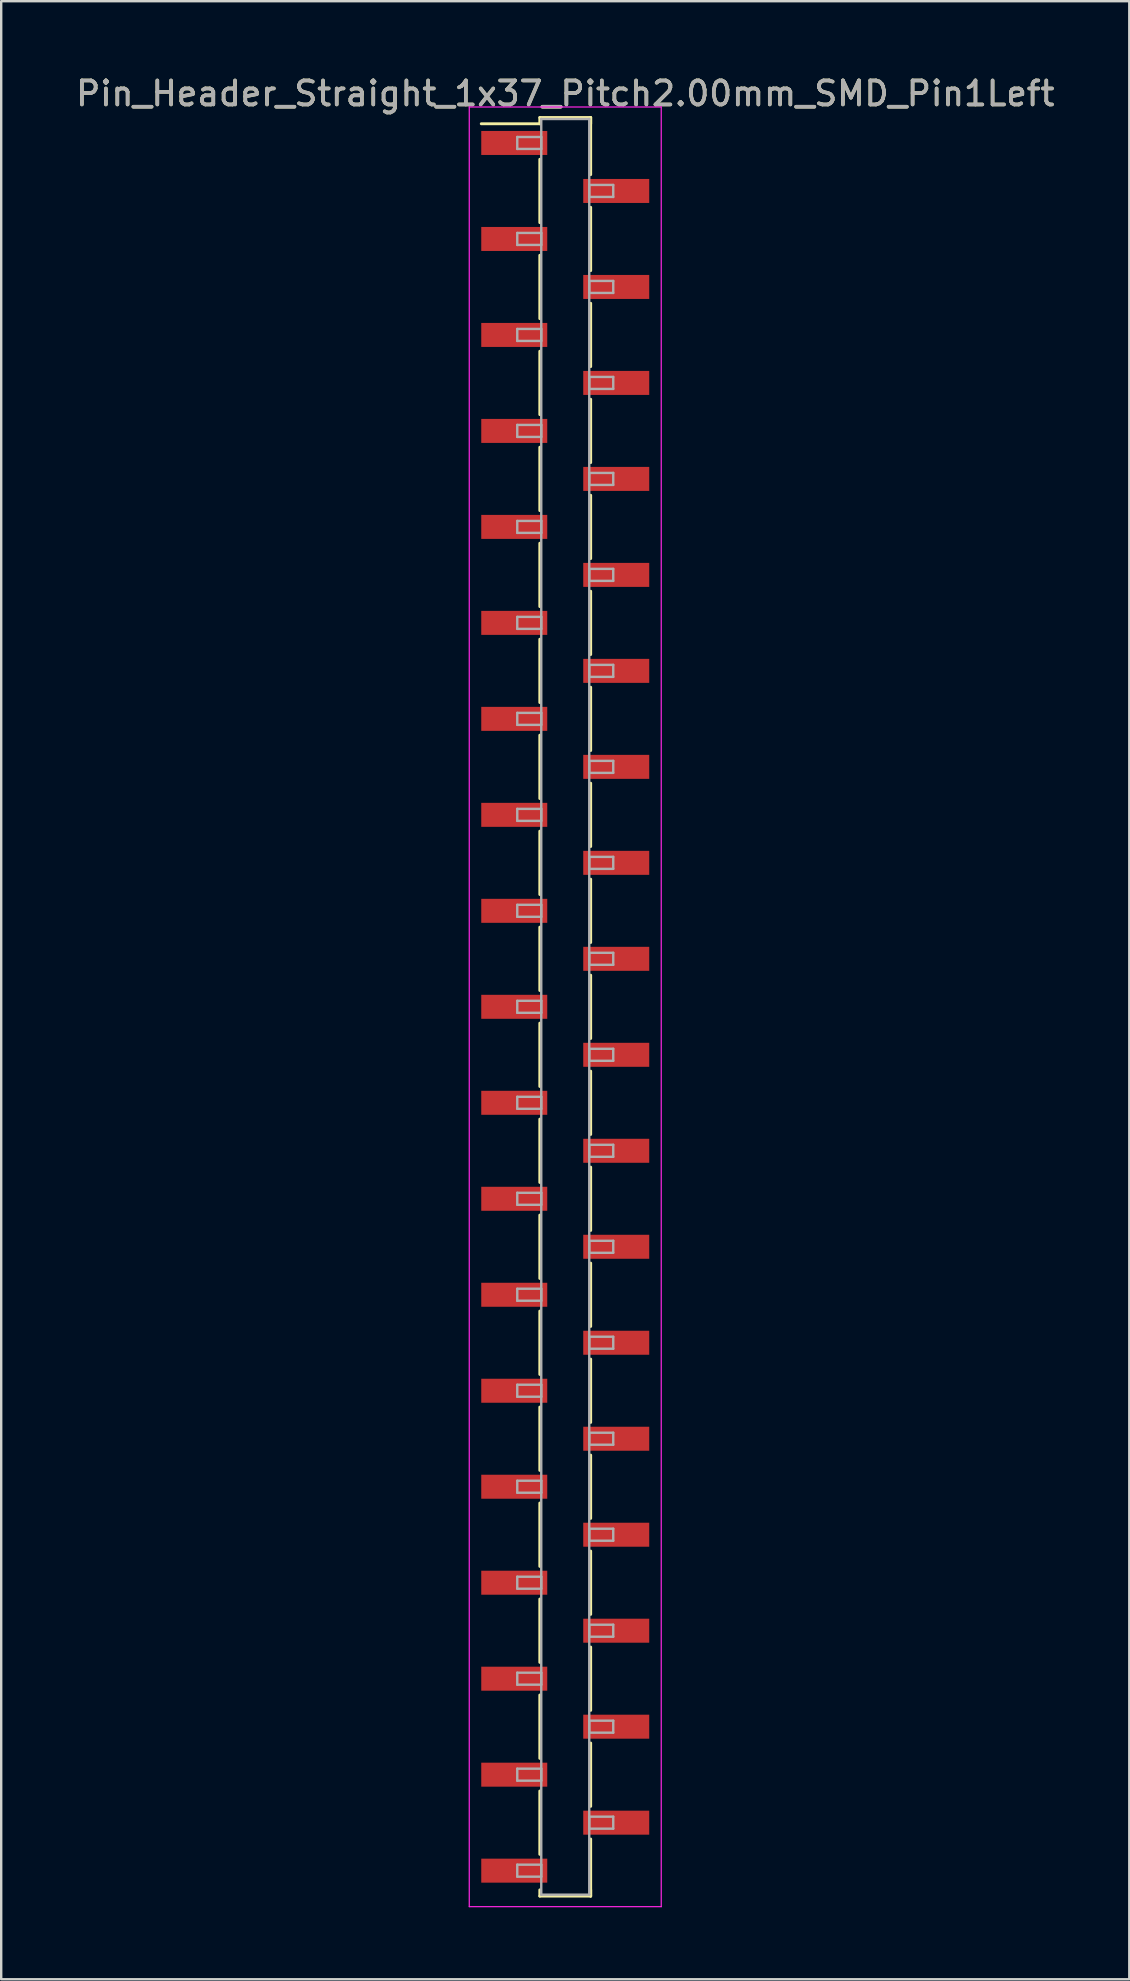
<source format=kicad_pcb>
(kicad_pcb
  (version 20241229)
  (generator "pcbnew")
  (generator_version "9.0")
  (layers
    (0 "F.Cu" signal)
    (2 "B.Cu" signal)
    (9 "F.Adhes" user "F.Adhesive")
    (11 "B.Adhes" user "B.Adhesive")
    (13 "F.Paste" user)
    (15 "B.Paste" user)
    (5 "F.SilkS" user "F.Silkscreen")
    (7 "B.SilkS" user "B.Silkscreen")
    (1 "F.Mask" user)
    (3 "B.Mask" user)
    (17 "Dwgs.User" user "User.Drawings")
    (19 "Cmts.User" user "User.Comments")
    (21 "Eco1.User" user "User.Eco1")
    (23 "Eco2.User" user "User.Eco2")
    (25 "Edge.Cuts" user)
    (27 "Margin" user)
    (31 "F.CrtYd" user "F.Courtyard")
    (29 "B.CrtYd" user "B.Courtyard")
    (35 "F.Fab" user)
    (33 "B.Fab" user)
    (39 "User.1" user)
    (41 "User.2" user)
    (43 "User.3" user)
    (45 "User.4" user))
  (footprint "Pin_Header_Straight_1x37_Pitch2.00mm_SMD_Pin1Left"
    (layer "F.Cu")
    (at 20.506 38.908)
    (property "Reference" "Pin_Header_Straight_1x37_Pitch2.00mm_SMD_Pin1Left" (at 0 -38.06 0) (layer "F.SilkS") (effects (font (size 1 1) (thickness 0.15))))
    (attr smd)
    (fp_line (start -1.06 -37.06) (end 1.06 -37.06) (stroke (width 0.12) (type solid)) (layer "F.SilkS"))
    (fp_line (start -1.06 -36.8) (end -3.5 -36.8) (stroke (width 0.12) (type solid)) (layer "F.SilkS"))
    (fp_line (start -1.06 -36.8) (end -1.06 -37.06) (stroke (width 0.12) (type solid)) (layer "F.SilkS"))
    (fp_line (start -1.06 -35.32) (end -1.06 -32.68) (stroke (width 0.12) (type solid)) (layer "F.SilkS"))
    (fp_line (start -1.06 -31.32) (end -1.06 -28.68) (stroke (width 0.12) (type solid)) (layer "F.SilkS"))
    (fp_line (start -1.06 -27.32) (end -1.06 -24.68) (stroke (width 0.12) (type solid)) (layer "F.SilkS"))
    (fp_line (start -1.06 -23.32) (end -1.06 -20.68) (stroke (width 0.12) (type solid)) (layer "F.SilkS"))
    (fp_line (start -1.06 -19.32) (end -1.06 -16.68) (stroke (width 0.12) (type solid)) (layer "F.SilkS"))
    (fp_line (start -1.06 -15.32) (end -1.06 -12.68) (stroke (width 0.12) (type solid)) (layer "F.SilkS"))
    (fp_line (start -1.06 -11.32) (end -1.06 -8.68) (stroke (width 0.12) (type solid)) (layer "F.SilkS"))
    (fp_line (start -1.06 -7.32) (end -1.06 -4.68) (stroke (width 0.12) (type solid)) (layer "F.SilkS"))
    (fp_line (start -1.06 -3.32) (end -1.06 -0.68) (stroke (width 0.12) (type solid)) (layer "F.SilkS"))
    (fp_line (start -1.06 0.68) (end -1.06 3.32) (stroke (width 0.12) (type solid)) (layer "F.SilkS"))
    (fp_line (start -1.06 4.68) (end -1.06 7.32) (stroke (width 0.12) (type solid)) (layer "F.SilkS"))
    (fp_line (start -1.06 8.68) (end -1.06 11.32) (stroke (width 0.12) (type solid)) (layer "F.SilkS"))
    (fp_line (start -1.06 12.68) (end -1.06 15.32) (stroke (width 0.12) (type solid)) (layer "F.SilkS"))
    (fp_line (start -1.06 16.68) (end -1.06 19.32) (stroke (width 0.12) (type solid)) (layer "F.SilkS"))
    (fp_line (start -1.06 20.68) (end -1.06 23.32) (stroke (width 0.12) (type solid)) (layer "F.SilkS"))
    (fp_line (start -1.06 24.68) (end -1.06 27.32) (stroke (width 0.12) (type solid)) (layer "F.SilkS"))
    (fp_line (start -1.06 28.68) (end -1.06 31.32) (stroke (width 0.12) (type solid)) (layer "F.SilkS"))
    (fp_line (start -1.06 32.68) (end -1.06 35.32) (stroke (width 0.12) (type solid)) (layer "F.SilkS"))
    (fp_line (start -1.06 36.8) (end -1.06 37.06) (stroke (width 0.12) (type solid)) (layer "F.SilkS"))
    (fp_line (start -1.06 37.06) (end 1.06 37.06) (stroke (width 0.12) (type solid)) (layer "F.SilkS"))
    (fp_line (start 1.06 -37.06) (end 1.06 -36.8) (stroke (width 0.12) (type solid)) (layer "F.SilkS"))
    (fp_line (start 1.06 -37.06) (end 1.06 -34.68) (stroke (width 0.12) (type solid)) (layer "F.SilkS"))
    (fp_line (start 1.06 -33.32) (end 1.06 -30.68) (stroke (width 0.12) (type solid)) (layer "F.SilkS"))
    (fp_line (start 1.06 -29.32) (end 1.06 -26.68) (stroke (width 0.12) (type solid)) (layer "F.SilkS"))
    (fp_line (start 1.06 -25.32) (end 1.06 -22.68) (stroke (width 0.12) (type solid)) (layer "F.SilkS"))
    (fp_line (start 1.06 -21.32) (end 1.06 -18.68) (stroke (width 0.12) (type solid)) (layer "F.SilkS"))
    (fp_line (start 1.06 -17.32) (end 1.06 -14.68) (stroke (width 0.12) (type solid)) (layer "F.SilkS"))
    (fp_line (start 1.06 -13.32) (end 1.06 -10.68) (stroke (width 0.12) (type solid)) (layer "F.SilkS"))
    (fp_line (start 1.06 -9.32) (end 1.06 -6.68) (stroke (width 0.12) (type solid)) (layer "F.SilkS"))
    (fp_line (start 1.06 -5.32) (end 1.06 -2.68) (stroke (width 0.12) (type solid)) (layer "F.SilkS"))
    (fp_line (start 1.06 -1.32) (end 1.06 1.32) (stroke (width 0.12) (type solid)) (layer "F.SilkS"))
    (fp_line (start 1.06 2.68) (end 1.06 5.32) (stroke (width 0.12) (type solid)) (layer "F.SilkS"))
    (fp_line (start 1.06 6.68) (end 1.06 9.32) (stroke (width 0.12) (type solid)) (layer "F.SilkS"))
    (fp_line (start 1.06 10.68) (end 1.06 13.32) (stroke (width 0.12) (type solid)) (layer "F.SilkS"))
    (fp_line (start 1.06 14.68) (end 1.06 17.32) (stroke (width 0.12) (type solid)) (layer "F.SilkS"))
    (fp_line (start 1.06 18.68) (end 1.06 21.32) (stroke (width 0.12) (type solid)) (layer "F.SilkS"))
    (fp_line (start 1.06 22.68) (end 1.06 25.32) (stroke (width 0.12) (type solid)) (layer "F.SilkS"))
    (fp_line (start 1.06 26.68) (end 1.06 29.32) (stroke (width 0.12) (type solid)) (layer "F.SilkS"))
    (fp_line (start 1.06 30.68) (end 1.06 33.32) (stroke (width 0.12) (type solid)) (layer "F.SilkS"))
    (fp_line (start 1.06 34.68) (end 1.06 37.06) (stroke (width 0.12) (type solid)) (layer "F.SilkS"))
    (fp_line (start 1.06 37.06) (end 1.06 36.8) (stroke (width 0.12) (type solid)) (layer "F.SilkS"))
    (fp_line (start -4 -37.5) (end -4 37.5) (stroke (width 0.05) (type solid)) (layer "F.CrtYd"))
    (fp_line (start -4 37.5) (end 4 37.5) (stroke (width 0.05) (type solid)) (layer "F.CrtYd"))
    (fp_line (start 4 -37.5) (end -4 -37.5) (stroke (width 0.05) (type solid)) (layer "F.CrtYd"))
    (fp_line (start 4 37.5) (end 4 -37.5) (stroke (width 0.05) (type solid)) (layer "F.CrtYd"))
    (fp_line (start -2 -36.25) (end -1 -36.25) (stroke (width 0.1) (type solid)) (layer "F.Fab"))
    (fp_line (start -2 -35.75) (end -2 -36.25) (stroke (width 0.1) (type solid)) (layer "F.Fab"))
    (fp_line (start -2 -32.25) (end -1 -32.25) (stroke (width 0.1) (type solid)) (layer "F.Fab"))
    (fp_line (start -2 -31.75) (end -2 -32.25) (stroke (width 0.1) (type solid)) (layer "F.Fab"))
    (fp_line (start -2 -28.25) (end -1 -28.25) (stroke (width 0.1) (type solid)) (layer "F.Fab"))
    (fp_line (start -2 -27.75) (end -2 -28.25) (stroke (width 0.1) (type solid)) (layer "F.Fab"))
    (fp_line (start -2 -24.25) (end -1 -24.25) (stroke (width 0.1) (type solid)) (layer "F.Fab"))
    (fp_line (start -2 -23.75) (end -2 -24.25) (stroke (width 0.1) (type solid)) (layer "F.Fab"))
    (fp_line (start -2 -20.25) (end -1 -20.25) (stroke (width 0.1) (type solid)) (layer "F.Fab"))
    (fp_line (start -2 -19.75) (end -2 -20.25) (stroke (width 0.1) (type solid)) (layer "F.Fab"))
    (fp_line (start -2 -16.25) (end -1 -16.25) (stroke (width 0.1) (type solid)) (layer "F.Fab"))
    (fp_line (start -2 -15.75) (end -2 -16.25) (stroke (width 0.1) (type solid)) (layer "F.Fab"))
    (fp_line (start -2 -12.25) (end -1 -12.25) (stroke (width 0.1) (type solid)) (layer "F.Fab"))
    (fp_line (start -2 -11.75) (end -2 -12.25) (stroke (width 0.1) (type solid)) (layer "F.Fab"))
    (fp_line (start -2 -8.25) (end -1 -8.25) (stroke (width 0.1) (type solid)) (layer "F.Fab"))
    (fp_line (start -2 -7.75) (end -2 -8.25) (stroke (width 0.1) (type solid)) (layer "F.Fab"))
    (fp_line (start -2 -4.25) (end -1 -4.25) (stroke (width 0.1) (type solid)) (layer "F.Fab"))
    (fp_line (start -2 -3.75) (end -2 -4.25) (stroke (width 0.1) (type solid)) (layer "F.Fab"))
    (fp_line (start -2 -0.25) (end -1 -0.25) (stroke (width 0.1) (type solid)) (layer "F.Fab"))
    (fp_line (start -2 0.25) (end -2 -0.25) (stroke (width 0.1) (type solid)) (layer "F.Fab"))
    (fp_line (start -2 3.75) (end -1 3.75) (stroke (width 0.1) (type solid)) (layer "F.Fab"))
    (fp_line (start -2 4.25) (end -2 3.75) (stroke (width 0.1) (type solid)) (layer "F.Fab"))
    (fp_line (start -2 7.75) (end -1 7.75) (stroke (width 0.1) (type solid)) (layer "F.Fab"))
    (fp_line (start -2 8.25) (end -2 7.75) (stroke (width 0.1) (type solid)) (layer "F.Fab"))
    (fp_line (start -2 11.75) (end -1 11.75) (stroke (width 0.1) (type solid)) (layer "F.Fab"))
    (fp_line (start -2 12.25) (end -2 11.75) (stroke (width 0.1) (type solid)) (layer "F.Fab"))
    (fp_line (start -2 15.75) (end -1 15.75) (stroke (width 0.1) (type solid)) (layer "F.Fab"))
    (fp_line (start -2 16.25) (end -2 15.75) (stroke (width 0.1) (type solid)) (layer "F.Fab"))
    (fp_line (start -2 19.75) (end -1 19.75) (stroke (width 0.1) (type solid)) (layer "F.Fab"))
    (fp_line (start -2 20.25) (end -2 19.75) (stroke (width 0.1) (type solid)) (layer "F.Fab"))
    (fp_line (start -2 23.75) (end -1 23.75) (stroke (width 0.1) (type solid)) (layer "F.Fab"))
    (fp_line (start -2 24.25) (end -2 23.75) (stroke (width 0.1) (type solid)) (layer "F.Fab"))
    (fp_line (start -2 27.75) (end -1 27.75) (stroke (width 0.1) (type solid)) (layer "F.Fab"))
    (fp_line (start -2 28.25) (end -2 27.75) (stroke (width 0.1) (type solid)) (layer "F.Fab"))
    (fp_line (start -2 31.75) (end -1 31.75) (stroke (width 0.1) (type solid)) (layer "F.Fab"))
    (fp_line (start -2 32.25) (end -2 31.75) (stroke (width 0.1) (type solid)) (layer "F.Fab"))
    (fp_line (start -2 35.75) (end -1 35.75) (stroke (width 0.1) (type solid)) (layer "F.Fab"))
    (fp_line (start -2 36.25) (end -2 35.75) (stroke (width 0.1) (type solid)) (layer "F.Fab"))
    (fp_line (start -1 -37) (end -1 37) (stroke (width 0.1) (type solid)) (layer "F.Fab"))
    (fp_line (start -1 -36.25) (end -1 -35.75) (stroke (width 0.1) (type solid)) (layer "F.Fab"))
    (fp_line (start -1 -35.75) (end -2 -35.75) (stroke (width 0.1) (type solid)) (layer "F.Fab"))
    (fp_line (start -1 -32.25) (end -1 -31.75) (stroke (width 0.1) (type solid)) (layer "F.Fab"))
    (fp_line (start -1 -31.75) (end -2 -31.75) (stroke (width 0.1) (type solid)) (layer "F.Fab"))
    (fp_line (start -1 -28.25) (end -1 -27.75) (stroke (width 0.1) (type solid)) (layer "F.Fab"))
    (fp_line (start -1 -27.75) (end -2 -27.75) (stroke (width 0.1) (type solid)) (layer "F.Fab"))
    (fp_line (start -1 -24.25) (end -1 -23.75) (stroke (width 0.1) (type solid)) (layer "F.Fab"))
    (fp_line (start -1 -23.75) (end -2 -23.75) (stroke (width 0.1) (type solid)) (layer "F.Fab"))
    (fp_line (start -1 -20.25) (end -1 -19.75) (stroke (width 0.1) (type solid)) (layer "F.Fab"))
    (fp_line (start -1 -19.75) (end -2 -19.75) (stroke (width 0.1) (type solid)) (layer "F.Fab"))
    (fp_line (start -1 -16.25) (end -1 -15.75) (stroke (width 0.1) (type solid)) (layer "F.Fab"))
    (fp_line (start -1 -15.75) (end -2 -15.75) (stroke (width 0.1) (type solid)) (layer "F.Fab"))
    (fp_line (start -1 -12.25) (end -1 -11.75) (stroke (width 0.1) (type solid)) (layer "F.Fab"))
    (fp_line (start -1 -11.75) (end -2 -11.75) (stroke (width 0.1) (type solid)) (layer "F.Fab"))
    (fp_line (start -1 -8.25) (end -1 -7.75) (stroke (width 0.1) (type solid)) (layer "F.Fab"))
    (fp_line (start -1 -7.75) (end -2 -7.75) (stroke (width 0.1) (type solid)) (layer "F.Fab"))
    (fp_line (start -1 -4.25) (end -1 -3.75) (stroke (width 0.1) (type solid)) (layer "F.Fab"))
    (fp_line (start -1 -3.75) (end -2 -3.75) (stroke (width 0.1) (type solid)) (layer "F.Fab"))
    (fp_line (start -1 -0.25) (end -1 0.25) (stroke (width 0.1) (type solid)) (layer "F.Fab"))
    (fp_line (start -1 0.25) (end -2 0.25) (stroke (width 0.1) (type solid)) (layer "F.Fab"))
    (fp_line (start -1 3.75) (end -1 4.25) (stroke (width 0.1) (type solid)) (layer "F.Fab"))
    (fp_line (start -1 4.25) (end -2 4.25) (stroke (width 0.1) (type solid)) (layer "F.Fab"))
    (fp_line (start -1 7.75) (end -1 8.25) (stroke (width 0.1) (type solid)) (layer "F.Fab"))
    (fp_line (start -1 8.25) (end -2 8.25) (stroke (width 0.1) (type solid)) (layer "F.Fab"))
    (fp_line (start -1 11.75) (end -1 12.25) (stroke (width 0.1) (type solid)) (layer "F.Fab"))
    (fp_line (start -1 12.25) (end -2 12.25) (stroke (width 0.1) (type solid)) (layer "F.Fab"))
    (fp_line (start -1 15.75) (end -1 16.25) (stroke (width 0.1) (type solid)) (layer "F.Fab"))
    (fp_line (start -1 16.25) (end -2 16.25) (stroke (width 0.1) (type solid)) (layer "F.Fab"))
    (fp_line (start -1 19.75) (end -1 20.25) (stroke (width 0.1) (type solid)) (layer "F.Fab"))
    (fp_line (start -1 20.25) (end -2 20.25) (stroke (width 0.1) (type solid)) (layer "F.Fab"))
    (fp_line (start -1 23.75) (end -1 24.25) (stroke (width 0.1) (type solid)) (layer "F.Fab"))
    (fp_line (start -1 24.25) (end -2 24.25) (stroke (width 0.1) (type solid)) (layer "F.Fab"))
    (fp_line (start -1 27.75) (end -1 28.25) (stroke (width 0.1) (type solid)) (layer "F.Fab"))
    (fp_line (start -1 28.25) (end -2 28.25) (stroke (width 0.1) (type solid)) (layer "F.Fab"))
    (fp_line (start -1 31.75) (end -1 32.25) (stroke (width 0.1) (type solid)) (layer "F.Fab"))
    (fp_line (start -1 32.25) (end -2 32.25) (stroke (width 0.1) (type solid)) (layer "F.Fab"))
    (fp_line (start -1 35.75) (end -1 36.25) (stroke (width 0.1) (type solid)) (layer "F.Fab"))
    (fp_line (start -1 36.25) (end -2 36.25) (stroke (width 0.1) (type solid)) (layer "F.Fab"))
    (fp_line (start -1 37) (end 1 37) (stroke (width 0.1) (type solid)) (layer "F.Fab"))
    (fp_line (start 1 -37) (end -1 -37) (stroke (width 0.1) (type solid)) (layer "F.Fab"))
    (fp_line (start 1 -34.25) (end 1 -33.75) (stroke (width 0.1) (type solid)) (layer "F.Fab"))
    (fp_line (start 1 -33.75) (end 2 -33.75) (stroke (width 0.1) (type solid)) (layer "F.Fab"))
    (fp_line (start 1 -30.25) (end 1 -29.75) (stroke (width 0.1) (type solid)) (layer "F.Fab"))
    (fp_line (start 1 -29.75) (end 2 -29.75) (stroke (width 0.1) (type solid)) (layer "F.Fab"))
    (fp_line (start 1 -26.25) (end 1 -25.75) (stroke (width 0.1) (type solid)) (layer "F.Fab"))
    (fp_line (start 1 -25.75) (end 2 -25.75) (stroke (width 0.1) (type solid)) (layer "F.Fab"))
    (fp_line (start 1 -22.25) (end 1 -21.75) (stroke (width 0.1) (type solid)) (layer "F.Fab"))
    (fp_line (start 1 -21.75) (end 2 -21.75) (stroke (width 0.1) (type solid)) (layer "F.Fab"))
    (fp_line (start 1 -18.25) (end 1 -17.75) (stroke (width 0.1) (type solid)) (layer "F.Fab"))
    (fp_line (start 1 -17.75) (end 2 -17.75) (stroke (width 0.1) (type solid)) (layer "F.Fab"))
    (fp_line (start 1 -14.25) (end 1 -13.75) (stroke (width 0.1) (type solid)) (layer "F.Fab"))
    (fp_line (start 1 -13.75) (end 2 -13.75) (stroke (width 0.1) (type solid)) (layer "F.Fab"))
    (fp_line (start 1 -10.25) (end 1 -9.75) (stroke (width 0.1) (type solid)) (layer "F.Fab"))
    (fp_line (start 1 -9.75) (end 2 -9.75) (stroke (width 0.1) (type solid)) (layer "F.Fab"))
    (fp_line (start 1 -6.25) (end 1 -5.75) (stroke (width 0.1) (type solid)) (layer "F.Fab"))
    (fp_line (start 1 -5.75) (end 2 -5.75) (stroke (width 0.1) (type solid)) (layer "F.Fab"))
    (fp_line (start 1 -2.25) (end 1 -1.75) (stroke (width 0.1) (type solid)) (layer "F.Fab"))
    (fp_line (start 1 -1.75) (end 2 -1.75) (stroke (width 0.1) (type solid)) (layer "F.Fab"))
    (fp_line (start 1 1.75) (end 1 2.25) (stroke (width 0.1) (type solid)) (layer "F.Fab"))
    (fp_line (start 1 2.25) (end 2 2.25) (stroke (width 0.1) (type solid)) (layer "F.Fab"))
    (fp_line (start 1 5.75) (end 1 6.25) (stroke (width 0.1) (type solid)) (layer "F.Fab"))
    (fp_line (start 1 6.25) (end 2 6.25) (stroke (width 0.1) (type solid)) (layer "F.Fab"))
    (fp_line (start 1 9.75) (end 1 10.25) (stroke (width 0.1) (type solid)) (layer "F.Fab"))
    (fp_line (start 1 10.25) (end 2 10.25) (stroke (width 0.1) (type solid)) (layer "F.Fab"))
    (fp_line (start 1 13.75) (end 1 14.25) (stroke (width 0.1) (type solid)) (layer "F.Fab"))
    (fp_line (start 1 14.25) (end 2 14.25) (stroke (width 0.1) (type solid)) (layer "F.Fab"))
    (fp_line (start 1 17.75) (end 1 18.25) (stroke (width 0.1) (type solid)) (layer "F.Fab"))
    (fp_line (start 1 18.25) (end 2 18.25) (stroke (width 0.1) (type solid)) (layer "F.Fab"))
    (fp_line (start 1 21.75) (end 1 22.25) (stroke (width 0.1) (type solid)) (layer "F.Fab"))
    (fp_line (start 1 22.25) (end 2 22.25) (stroke (width 0.1) (type solid)) (layer "F.Fab"))
    (fp_line (start 1 25.75) (end 1 26.25) (stroke (width 0.1) (type solid)) (layer "F.Fab"))
    (fp_line (start 1 26.25) (end 2 26.25) (stroke (width 0.1) (type solid)) (layer "F.Fab"))
    (fp_line (start 1 29.75) (end 1 30.25) (stroke (width 0.1) (type solid)) (layer "F.Fab"))
    (fp_line (start 1 30.25) (end 2 30.25) (stroke (width 0.1) (type solid)) (layer "F.Fab"))
    (fp_line (start 1 33.75) (end 1 34.25) (stroke (width 0.1) (type solid)) (layer "F.Fab"))
    (fp_line (start 1 34.25) (end 2 34.25) (stroke (width 0.1) (type solid)) (layer "F.Fab"))
    (fp_line (start 1 37) (end 1 -37) (stroke (width 0.1) (type solid)) (layer "F.Fab"))
    (fp_line (start 2 -34.25) (end 1 -34.25) (stroke (width 0.1) (type solid)) (layer "F.Fab"))
    (fp_line (start 2 -33.75) (end 2 -34.25) (stroke (width 0.1) (type solid)) (layer "F.Fab"))
    (fp_line (start 2 -30.25) (end 1 -30.25) (stroke (width 0.1) (type solid)) (layer "F.Fab"))
    (fp_line (start 2 -29.75) (end 2 -30.25) (stroke (width 0.1) (type solid)) (layer "F.Fab"))
    (fp_line (start 2 -26.25) (end 1 -26.25) (stroke (width 0.1) (type solid)) (layer "F.Fab"))
    (fp_line (start 2 -25.75) (end 2 -26.25) (stroke (width 0.1) (type solid)) (layer "F.Fab"))
    (fp_line (start 2 -22.25) (end 1 -22.25) (stroke (width 0.1) (type solid)) (layer "F.Fab"))
    (fp_line (start 2 -21.75) (end 2 -22.25) (stroke (width 0.1) (type solid)) (layer "F.Fab"))
    (fp_line (start 2 -18.25) (end 1 -18.25) (stroke (width 0.1) (type solid)) (layer "F.Fab"))
    (fp_line (start 2 -17.75) (end 2 -18.25) (stroke (width 0.1) (type solid)) (layer "F.Fab"))
    (fp_line (start 2 -14.25) (end 1 -14.25) (stroke (width 0.1) (type solid)) (layer "F.Fab"))
    (fp_line (start 2 -13.75) (end 2 -14.25) (stroke (width 0.1) (type solid)) (layer "F.Fab"))
    (fp_line (start 2 -10.25) (end 1 -10.25) (stroke (width 0.1) (type solid)) (layer "F.Fab"))
    (fp_line (start 2 -9.75) (end 2 -10.25) (stroke (width 0.1) (type solid)) (layer "F.Fab"))
    (fp_line (start 2 -6.25) (end 1 -6.25) (stroke (width 0.1) (type solid)) (layer "F.Fab"))
    (fp_line (start 2 -5.75) (end 2 -6.25) (stroke (width 0.1) (type solid)) (layer "F.Fab"))
    (fp_line (start 2 -2.25) (end 1 -2.25) (stroke (width 0.1) (type solid)) (layer "F.Fab"))
    (fp_line (start 2 -1.75) (end 2 -2.25) (stroke (width 0.1) (type solid)) (layer "F.Fab"))
    (fp_line (start 2 1.75) (end 1 1.75) (stroke (width 0.1) (type solid)) (layer "F.Fab"))
    (fp_line (start 2 2.25) (end 2 1.75) (stroke (width 0.1) (type solid)) (layer "F.Fab"))
    (fp_line (start 2 5.75) (end 1 5.75) (stroke (width 0.1) (type solid)) (layer "F.Fab"))
    (fp_line (start 2 6.25) (end 2 5.75) (stroke (width 0.1) (type solid)) (layer "F.Fab"))
    (fp_line (start 2 9.75) (end 1 9.75) (stroke (width 0.1) (type solid)) (layer "F.Fab"))
    (fp_line (start 2 10.25) (end 2 9.75) (stroke (width 0.1) (type solid)) (layer "F.Fab"))
    (fp_line (start 2 13.75) (end 1 13.75) (stroke (width 0.1) (type solid)) (layer "F.Fab"))
    (fp_line (start 2 14.25) (end 2 13.75) (stroke (width 0.1) (type solid)) (layer "F.Fab"))
    (fp_line (start 2 17.75) (end 1 17.75) (stroke (width 0.1) (type solid)) (layer "F.Fab"))
    (fp_line (start 2 18.25) (end 2 17.75) (stroke (width 0.1) (type solid)) (layer "F.Fab"))
    (fp_line (start 2 21.75) (end 1 21.75) (stroke (width 0.1) (type solid)) (layer "F.Fab"))
    (fp_line (start 2 22.25) (end 2 21.75) (stroke (width 0.1) (type solid)) (layer "F.Fab"))
    (fp_line (start 2 25.75) (end 1 25.75) (stroke (width 0.1) (type solid)) (layer "F.Fab"))
    (fp_line (start 2 26.25) (end 2 25.75) (stroke (width 0.1) (type solid)) (layer "F.Fab"))
    (fp_line (start 2 29.75) (end 1 29.75) (stroke (width 0.1) (type solid)) (layer "F.Fab"))
    (fp_line (start 2 30.25) (end 2 29.75) (stroke (width 0.1) (type solid)) (layer "F.Fab"))
    (fp_line (start 2 33.75) (end 1 33.75) (stroke (width 0.1) (type solid)) (layer "F.Fab"))
    (fp_line (start 2 34.25) (end 2 33.75) (stroke (width 0.1) (type solid)) (layer "F.Fab"))
    (fp_text user "${REFERENCE}" (at 0 -38.06 0) (layer "F.Fab") (effects (font (size 1 1) (thickness 0.15))))
    (pad "1" smd rect (at -2.125 -36) (size 2.75 1) (layers "F.Cu" "F.Mask" "F.Paste"))
    (pad "2" smd rect (at 2.125 -34) (size 2.75 1) (layers "F.Cu" "F.Mask" "F.Paste"))
    (pad "3" smd rect (at -2.125 -32) (size 2.75 1) (layers "F.Cu" "F.Mask" "F.Paste"))
    (pad "4" smd rect (at 2.125 -30) (size 2.75 1) (layers "F.Cu" "F.Mask" "F.Paste"))
    (pad "5" smd rect (at -2.125 -28) (size 2.75 1) (layers "F.Cu" "F.Mask" "F.Paste"))
    (pad "6" smd rect (at 2.125 -26) (size 2.75 1) (layers "F.Cu" "F.Mask" "F.Paste"))
    (pad "7" smd rect (at -2.125 -24) (size 2.75 1) (layers "F.Cu" "F.Mask" "F.Paste"))
    (pad "8" smd rect (at 2.125 -22) (size 2.75 1) (layers "F.Cu" "F.Mask" "F.Paste"))
    (pad "9" smd rect (at -2.125 -20) (size 2.75 1) (layers "F.Cu" "F.Mask" "F.Paste"))
    (pad "10" smd rect (at 2.125 -18) (size 2.75 1) (layers "F.Cu" "F.Mask" "F.Paste"))
    (pad "11" smd rect (at -2.125 -16) (size 2.75 1) (layers "F.Cu" "F.Mask" "F.Paste"))
    (pad "12" smd rect (at 2.125 -14) (size 2.75 1) (layers "F.Cu" "F.Mask" "F.Paste"))
    (pad "13" smd rect (at -2.125 -12) (size 2.75 1) (layers "F.Cu" "F.Mask" "F.Paste"))
    (pad "14" smd rect (at 2.125 -10) (size 2.75 1) (layers "F.Cu" "F.Mask" "F.Paste"))
    (pad "15" smd rect (at -2.125 -8) (size 2.75 1) (layers "F.Cu" "F.Mask" "F.Paste"))
    (pad "16" smd rect (at 2.125 -6) (size 2.75 1) (layers "F.Cu" "F.Mask" "F.Paste"))
    (pad "17" smd rect (at -2.125 -4) (size 2.75 1) (layers "F.Cu" "F.Mask" "F.Paste"))
    (pad "18" smd rect (at 2.125 -2) (size 2.75 1) (layers "F.Cu" "F.Mask" "F.Paste"))
    (pad "19" smd rect (at -2.125 0) (size 2.75 1) (layers "F.Cu" "F.Mask" "F.Paste"))
    (pad "20" smd rect (at 2.125 2) (size 2.75 1) (layers "F.Cu" "F.Mask" "F.Paste"))
    (pad "21" smd rect (at -2.125 4) (size 2.75 1) (layers "F.Cu" "F.Mask" "F.Paste"))
    (pad "22" smd rect (at 2.125 6) (size 2.75 1) (layers "F.Cu" "F.Mask" "F.Paste"))
    (pad "23" smd rect (at -2.125 8) (size 2.75 1) (layers "F.Cu" "F.Mask" "F.Paste"))
    (pad "24" smd rect (at 2.125 10) (size 2.75 1) (layers "F.Cu" "F.Mask" "F.Paste"))
    (pad "25" smd rect (at -2.125 12) (size 2.75 1) (layers "F.Cu" "F.Mask" "F.Paste"))
    (pad "26" smd rect (at 2.125 14) (size 2.75 1) (layers "F.Cu" "F.Mask" "F.Paste"))
    (pad "27" smd rect (at -2.125 16) (size 2.75 1) (layers "F.Cu" "F.Mask" "F.Paste"))
    (pad "28" smd rect (at 2.125 18) (size 2.75 1) (layers "F.Cu" "F.Mask" "F.Paste"))
    (pad "29" smd rect (at -2.125 20) (size 2.75 1) (layers "F.Cu" "F.Mask" "F.Paste"))
    (pad "30" smd rect (at 2.125 22) (size 2.75 1) (layers "F.Cu" "F.Mask" "F.Paste"))
    (pad "31" smd rect (at -2.125 24) (size 2.75 1) (layers "F.Cu" "F.Mask" "F.Paste"))
    (pad "32" smd rect (at 2.125 26) (size 2.75 1) (layers "F.Cu" "F.Mask" "F.Paste"))
    (pad "33" smd rect (at -2.125 28) (size 2.75 1) (layers "F.Cu" "F.Mask" "F.Paste"))
    (pad "34" smd rect (at 2.125 30) (size 2.75 1) (layers "F.Cu" "F.Mask" "F.Paste"))
    (pad "35" smd rect (at -2.125 32) (size 2.75 1) (layers "F.Cu" "F.Mask" "F.Paste"))
    (pad "36" smd rect (at 2.125 34) (size 2.75 1) (layers "F.Cu" "F.Mask" "F.Paste"))
    (pad "37" smd rect (at -2.125 36) (size 2.75 1) (layers "F.Cu" "F.Mask" "F.Paste")))
  (gr_rect
    (start -3 -3)
    (end 44.012 79.433)
    (stroke (width 0.1) (type default))
    (fill no)
    (layer "Edge.Cuts")))
</source>
